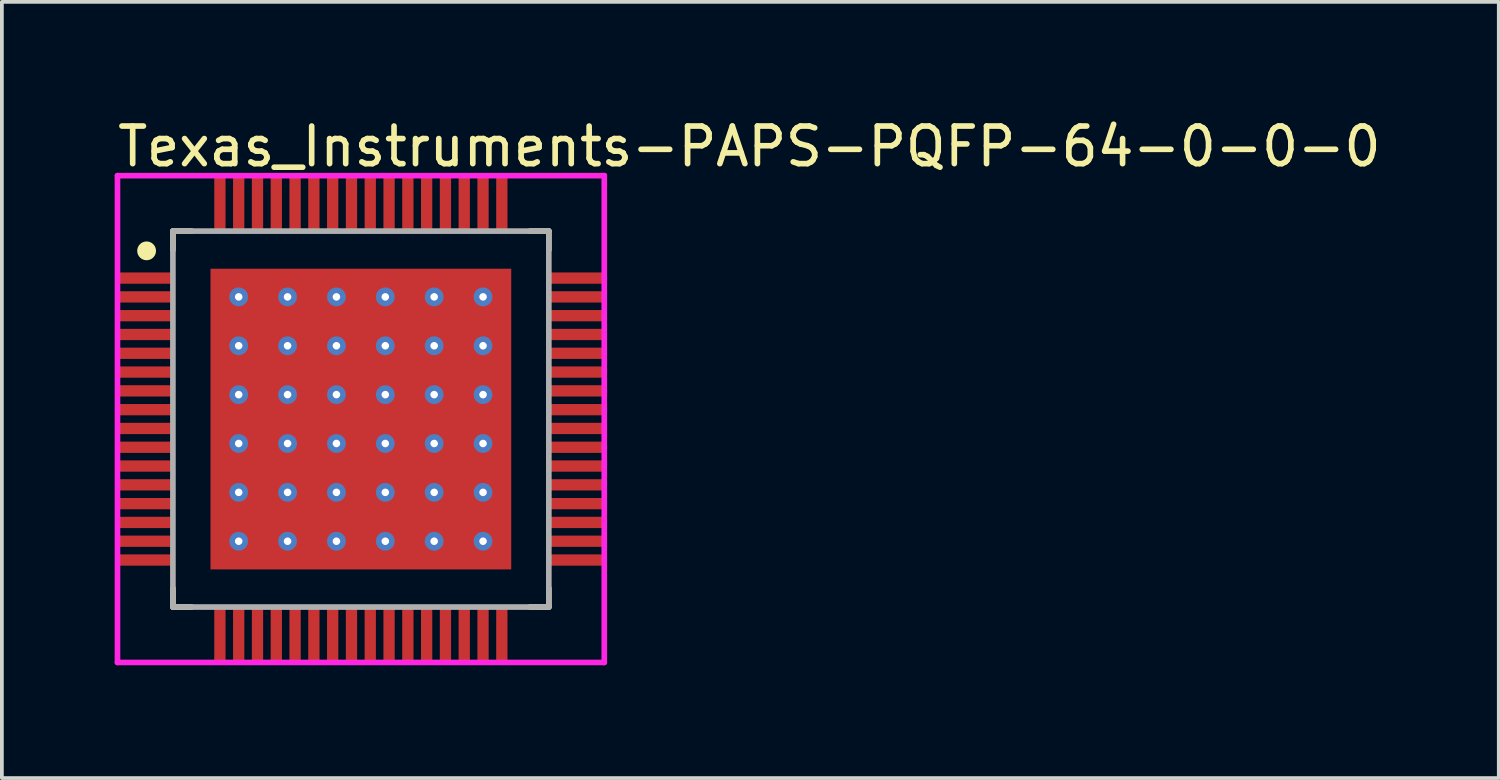
<source format=kicad_pcb>
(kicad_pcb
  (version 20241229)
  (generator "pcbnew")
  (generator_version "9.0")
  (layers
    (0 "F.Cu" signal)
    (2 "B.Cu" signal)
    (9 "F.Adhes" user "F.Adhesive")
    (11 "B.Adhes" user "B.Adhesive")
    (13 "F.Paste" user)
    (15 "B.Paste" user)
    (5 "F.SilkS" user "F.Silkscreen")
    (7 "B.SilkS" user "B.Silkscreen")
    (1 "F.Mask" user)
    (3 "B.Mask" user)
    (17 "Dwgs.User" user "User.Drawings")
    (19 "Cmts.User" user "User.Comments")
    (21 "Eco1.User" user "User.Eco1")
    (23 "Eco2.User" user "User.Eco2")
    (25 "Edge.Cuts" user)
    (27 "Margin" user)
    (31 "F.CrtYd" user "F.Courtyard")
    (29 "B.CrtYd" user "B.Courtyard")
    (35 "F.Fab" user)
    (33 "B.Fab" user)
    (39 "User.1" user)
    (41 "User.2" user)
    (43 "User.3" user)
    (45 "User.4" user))
  (footprint "Texas_Instruments-PAPS-PQFP-64-0-0-0"
    (layer "F.Cu")
    (at 6.55 8.098)
    (property "Reference" "Texas_Instruments-PAPS-PQFP-64-0-0-0" (at -6.55 -7.25 0) (layer "F.SilkS") (effects (font (size 1 1) (thickness 0.15)) (justify left)))
    (attr through_hole)
    (fp_line (start -5 -5) (end -5 -4.5) (stroke (width 0.15) (type solid)) (layer "F.SilkS"))
    (fp_line (start -5 -5) (end -4.5 -5) (stroke (width 0.15) (type solid)) (layer "F.SilkS"))
    (fp_line (start -5 5) (end -5 4.5) (stroke (width 0.15) (type solid)) (layer "F.SilkS"))
    (fp_line (start -5 5) (end -4.5 5) (stroke (width 0.15) (type solid)) (layer "F.SilkS"))
    (fp_line (start 5 -5) (end 4.5 -5) (stroke (width 0.15) (type solid)) (layer "F.SilkS"))
    (fp_line (start 5 -5) (end 5 -4.5) (stroke (width 0.15) (type solid)) (layer "F.SilkS"))
    (fp_line (start 5 5) (end 4.5 5) (stroke (width 0.15) (type solid)) (layer "F.SilkS"))
    (fp_line (start 5 5) (end 5 4.5) (stroke (width 0.15) (type solid)) (layer "F.SilkS"))
    (fp_circle (center -5.7 -4.475) (end -5.575 -4.475) (stroke (width 0.25) (type solid)) (fill no) (layer "F.SilkS"))
    (fp_line (start -6.475 -6.475) (end -6.475 6.475) (stroke (width 0.15) (type solid)) (layer "F.CrtYd"))
    (fp_line (start -6.475 6.475) (end 6.475 6.475) (stroke (width 0.15) (type solid)) (layer "F.CrtYd"))
    (fp_line (start 6.475 -6.475) (end -6.475 -6.475) (stroke (width 0.15) (type solid)) (layer "F.CrtYd"))
    (fp_line (start 6.475 -6.475) (end 6.475 -6.475) (stroke (width 0.15) (type solid)) (layer "F.CrtYd"))
    (fp_line (start 6.475 6.475) (end 6.475 -6.475) (stroke (width 0.15) (type solid)) (layer "F.CrtYd"))
    (fp_line (start -5 -5) (end 5 -5) (stroke (width 0.15) (type solid)) (layer "F.Fab"))
    (fp_line (start -5 5) (end -5 -5) (stroke (width 0.15) (type solid)) (layer "F.Fab"))
    (fp_line (start 5 -5) (end 5 5) (stroke (width 0.15) (type solid)) (layer "F.Fab"))
    (fp_line (start 5 5) (end -5 5) (stroke (width 0.15) (type solid)) (layer "F.Fab"))
    (pad "" smd rect (at 0 0) (size 7.26 7) (layers "F.Mask" "F.Paste"))
    (pad "1" smd rect (at -5.7 -3.75) (size 1.5 0.3) (layers "F.Cu" "F.Mask" "F.Paste"))
    (pad "2" smd rect (at -5.7 -3.25) (size 1.5 0.3) (layers "F.Cu" "F.Mask" "F.Paste"))
    (pad "3" smd rect (at -5.7 -2.75) (size 1.5 0.3) (layers "F.Cu" "F.Mask" "F.Paste"))
    (pad "4" smd rect (at -5.7 -2.25) (size 1.5 0.3) (layers "F.Cu" "F.Mask" "F.Paste"))
    (pad "5" smd rect (at -5.7 -1.75) (size 1.5 0.3) (layers "F.Cu" "F.Mask" "F.Paste"))
    (pad "6" smd rect (at -5.7 -1.25) (size 1.5 0.3) (layers "F.Cu" "F.Mask" "F.Paste"))
    (pad "7" smd rect (at -5.7 -0.75) (size 1.5 0.3) (layers "F.Cu" "F.Mask" "F.Paste"))
    (pad "8" smd rect (at -5.7 -0.25) (size 1.5 0.3) (layers "F.Cu" "F.Mask" "F.Paste"))
    (pad "9" smd rect (at -5.7 0.25) (size 1.5 0.3) (layers "F.Cu" "F.Mask" "F.Paste"))
    (pad "10" smd rect (at -5.7 0.75) (size 1.5 0.3) (layers "F.Cu" "F.Mask" "F.Paste"))
    (pad "11" smd rect (at -5.7 1.25) (size 1.5 0.3) (layers "F.Cu" "F.Mask" "F.Paste"))
    (pad "12" smd rect (at -5.7 1.75) (size 1.5 0.3) (layers "F.Cu" "F.Mask" "F.Paste"))
    (pad "13" smd rect (at -5.7 2.25) (size 1.5 0.3) (layers "F.Cu" "F.Mask" "F.Paste"))
    (pad "14" smd rect (at -5.7 2.75) (size 1.5 0.3) (layers "F.Cu" "F.Mask" "F.Paste"))
    (pad "15" smd rect (at -5.7 3.25) (size 1.5 0.3) (layers "F.Cu" "F.Mask" "F.Paste"))
    (pad "16" smd rect (at -5.7 3.75) (size 1.5 0.3) (layers "F.Cu" "F.Mask" "F.Paste"))
    (pad "17" smd rect (at -3.75 5.7) (size 0.3 1.5) (layers "F.Cu" "F.Mask" "F.Paste"))
    (pad "18" smd rect (at -3.25 5.7) (size 0.3 1.5) (layers "F.Cu" "F.Mask" "F.Paste"))
    (pad "19" smd rect (at -2.75 5.7) (size 0.3 1.5) (layers "F.Cu" "F.Mask" "F.Paste"))
    (pad "20" smd rect (at -2.25 5.7) (size 0.3 1.5) (layers "F.Cu" "F.Mask" "F.Paste"))
    (pad "21" smd rect (at -1.75 5.7) (size 0.3 1.5) (layers "F.Cu" "F.Mask" "F.Paste"))
    (pad "22" smd rect (at -1.25 5.7) (size 0.3 1.5) (layers "F.Cu" "F.Mask" "F.Paste"))
    (pad "23" smd rect (at -0.75 5.7) (size 0.3 1.5) (layers "F.Cu" "F.Mask" "F.Paste"))
    (pad "24" smd rect (at -0.25 5.7) (size 0.3 1.5) (layers "F.Cu" "F.Mask" "F.Paste"))
    (pad "25" smd rect (at 0.25 5.7) (size 0.3 1.5) (layers "F.Cu" "F.Mask" "F.Paste"))
    (pad "26" smd rect (at 0.75 5.7) (size 0.3 1.5) (layers "F.Cu" "F.Mask" "F.Paste"))
    (pad "27" smd rect (at 1.25 5.7) (size 0.3 1.5) (layers "F.Cu" "F.Mask" "F.Paste"))
    (pad "28" smd rect (at 1.75 5.7) (size 0.3 1.5) (layers "F.Cu" "F.Mask" "F.Paste"))
    (pad "29" smd rect (at 2.25 5.7) (size 0.3 1.5) (layers "F.Cu" "F.Mask" "F.Paste"))
    (pad "30" smd rect (at 2.75 5.7) (size 0.3 1.5) (layers "F.Cu" "F.Mask" "F.Paste"))
    (pad "31" smd rect (at 3.25 5.7) (size 0.3 1.5) (layers "F.Cu" "F.Mask" "F.Paste"))
    (pad "32" smd rect (at 3.75 5.7) (size 0.3 1.5) (layers "F.Cu" "F.Mask" "F.Paste"))
    (pad "33" smd rect (at 5.7 3.75) (size 1.5 0.3) (layers "F.Cu" "F.Mask" "F.Paste"))
    (pad "34" smd rect (at 5.7 3.25) (size 1.5 0.3) (layers "F.Cu" "F.Mask" "F.Paste"))
    (pad "35" smd rect (at 5.7 2.75) (size 1.5 0.3) (layers "F.Cu" "F.Mask" "F.Paste"))
    (pad "36" smd rect (at 5.7 2.25) (size 1.5 0.3) (layers "F.Cu" "F.Mask" "F.Paste"))
    (pad "37" smd rect (at 5.7 1.75) (size 1.5 0.3) (layers "F.Cu" "F.Mask" "F.Paste"))
    (pad "38" smd rect (at 5.7 1.25) (size 1.5 0.3) (layers "F.Cu" "F.Mask" "F.Paste"))
    (pad "39" smd rect (at 5.7 0.75) (size 1.5 0.3) (layers "F.Cu" "F.Mask" "F.Paste"))
    (pad "40" smd rect (at 5.7 0.25) (size 1.5 0.3) (layers "F.Cu" "F.Mask" "F.Paste"))
    (pad "41" smd rect (at 5.7 -0.25) (size 1.5 0.3) (layers "F.Cu" "F.Mask" "F.Paste"))
    (pad "42" smd rect (at 5.7 -0.75) (size 1.5 0.3) (layers "F.Cu" "F.Mask" "F.Paste"))
    (pad "43" smd rect (at 5.7 -1.25) (size 1.5 0.3) (layers "F.Cu" "F.Mask" "F.Paste"))
    (pad "44" smd rect (at 5.7 -1.75) (size 1.5 0.3) (layers "F.Cu" "F.Mask" "F.Paste"))
    (pad "45" smd rect (at 5.7 -2.25) (size 1.5 0.3) (layers "F.Cu" "F.Mask" "F.Paste"))
    (pad "46" smd rect (at 5.7 -2.75) (size 1.5 0.3) (layers "F.Cu" "F.Mask" "F.Paste"))
    (pad "47" smd rect (at 5.7 -3.25) (size 1.5 0.3) (layers "F.Cu" "F.Mask" "F.Paste"))
    (pad "48" smd rect (at 5.7 -3.75) (size 1.5 0.3) (layers "F.Cu" "F.Mask" "F.Paste"))
    (pad "49" smd rect (at 3.75 -5.7) (size 0.3 1.5) (layers "F.Cu" "F.Mask" "F.Paste"))
    (pad "50" smd rect (at 3.25 -5.7) (size 0.3 1.5) (layers "F.Cu" "F.Mask" "F.Paste"))
    (pad "51" smd rect (at 2.75 -5.7) (size 0.3 1.5) (layers "F.Cu" "F.Mask" "F.Paste"))
    (pad "52" smd rect (at 2.25 -5.7) (size 0.3 1.5) (layers "F.Cu" "F.Mask" "F.Paste"))
    (pad "53" smd rect (at 1.75 -5.7) (size 0.3 1.5) (layers "F.Cu" "F.Mask" "F.Paste"))
    (pad "54" smd rect (at 1.25 -5.7) (size 0.3 1.5) (layers "F.Cu" "F.Mask" "F.Paste"))
    (pad "55" smd rect (at 0.75 -5.7) (size 0.3 1.5) (layers "F.Cu" "F.Mask" "F.Paste"))
    (pad "56" smd rect (at 0.25 -5.7) (size 0.3 1.5) (layers "F.Cu" "F.Mask" "F.Paste"))
    (pad "57" smd rect (at -0.25 -5.7) (size 0.3 1.5) (layers "F.Cu" "F.Mask" "F.Paste"))
    (pad "58" smd rect (at -0.75 -5.7) (size 0.3 1.5) (layers "F.Cu" "F.Mask" "F.Paste"))
    (pad "59" smd rect (at -1.25 -5.7) (size 0.3 1.5) (layers "F.Cu" "F.Mask" "F.Paste"))
    (pad "60" smd rect (at -1.75 -5.7) (size 0.3 1.5) (layers "F.Cu" "F.Mask" "F.Paste"))
    (pad "61" smd rect (at -2.25 -5.7) (size 0.3 1.5) (layers "F.Cu" "F.Mask" "F.Paste"))
    (pad "62" smd rect (at -2.75 -5.7) (size 0.3 1.5) (layers "F.Cu" "F.Mask" "F.Paste"))
    (pad "63" smd rect (at -3.25 -5.7) (size 0.3 1.5) (layers "F.Cu" "F.Mask" "F.Paste"))
    (pad "64" smd rect (at -3.75 -5.7) (size 0.3 1.5) (layers "F.Cu" "F.Mask" "F.Paste"))
    (pad "65" smd rect (at 0 0) (size 8 8) (layers "F.Cu"))
    (pad "~" thru_hole circle (at -3.25 -3.25) (size 0.5 0.5) (drill 0.2) (layers "*.Cu"))
    (pad "~" thru_hole circle (at -3.25 -1.95) (size 0.5 0.5) (drill 0.2) (layers "*.Cu"))
    (pad "~" thru_hole circle (at -3.25 -0.65) (size 0.5 0.5) (drill 0.2) (layers "*.Cu"))
    (pad "~" thru_hole circle (at -3.25 0.65) (size 0.5 0.5) (drill 0.2) (layers "*.Cu"))
    (pad "~" thru_hole circle (at -3.25 1.95) (size 0.5 0.5) (drill 0.2) (layers "*.Cu"))
    (pad "~" thru_hole circle (at -3.25 3.25) (size 0.5 0.5) (drill 0.2) (layers "*.Cu"))
    (pad "~" thru_hole circle (at -1.95 -3.25) (size 0.5 0.5) (drill 0.2) (layers "*.Cu"))
    (pad "~" thru_hole circle (at -1.95 -1.95) (size 0.5 0.5) (drill 0.2) (layers "*.Cu"))
    (pad "~" thru_hole circle (at -1.95 -0.65) (size 0.5 0.5) (drill 0.2) (layers "*.Cu"))
    (pad "~" thru_hole circle (at -1.95 0.65) (size 0.5 0.5) (drill 0.2) (layers "*.Cu"))
    (pad "~" thru_hole circle (at -1.95 1.95) (size 0.5 0.5) (drill 0.2) (layers "*.Cu"))
    (pad "~" thru_hole circle (at -1.95 3.25) (size 0.5 0.5) (drill 0.2) (layers "*.Cu"))
    (pad "~" thru_hole circle (at -0.65 -3.25) (size 0.5 0.5) (drill 0.2) (layers "*.Cu"))
    (pad "~" thru_hole circle (at -0.65 -1.95) (size 0.5 0.5) (drill 0.2) (layers "*.Cu"))
    (pad "~" thru_hole circle (at -0.65 -0.65) (size 0.5 0.5) (drill 0.2) (layers "*.Cu"))
    (pad "~" thru_hole circle (at -0.65 0.65) (size 0.5 0.5) (drill 0.2) (layers "*.Cu"))
    (pad "~" thru_hole circle (at -0.65 1.95) (size 0.5 0.5) (drill 0.2) (layers "*.Cu"))
    (pad "~" thru_hole circle (at -0.65 3.25) (size 0.5 0.5) (drill 0.2) (layers "*.Cu"))
    (pad "~" thru_hole circle (at 0.65 -3.25) (size 0.5 0.5) (drill 0.2) (layers "*.Cu"))
    (pad "~" thru_hole circle (at 0.65 -1.95) (size 0.5 0.5) (drill 0.2) (layers "*.Cu"))
    (pad "~" thru_hole circle (at 0.65 -0.65) (size 0.5 0.5) (drill 0.2) (layers "*.Cu"))
    (pad "~" thru_hole circle (at 0.65 0.65) (size 0.5 0.5) (drill 0.2) (layers "*.Cu"))
    (pad "~" thru_hole circle (at 0.65 1.95) (size 0.5 0.5) (drill 0.2) (layers "*.Cu"))
    (pad "~" thru_hole circle (at 0.65 3.25) (size 0.5 0.5) (drill 0.2) (layers "*.Cu"))
    (pad "~" thru_hole circle (at 1.95 -3.25) (size 0.5 0.5) (drill 0.2) (layers "*.Cu"))
    (pad "~" thru_hole circle (at 1.95 -1.95) (size 0.5 0.5) (drill 0.2) (layers "*.Cu"))
    (pad "~" thru_hole circle (at 1.95 -0.65) (size 0.5 0.5) (drill 0.2) (layers "*.Cu"))
    (pad "~" thru_hole circle (at 1.95 0.65) (size 0.5 0.5) (drill 0.2) (layers "*.Cu"))
    (pad "~" thru_hole circle (at 1.95 1.95) (size 0.5 0.5) (drill 0.2) (layers "*.Cu"))
    (pad "~" thru_hole circle (at 1.95 3.25) (size 0.5 0.5) (drill 0.2) (layers "*.Cu"))
    (pad "~" thru_hole circle (at 3.25 -3.25) (size 0.5 0.5) (drill 0.2) (layers "*.Cu"))
    (pad "~" thru_hole circle (at 3.25 -1.95) (size 0.5 0.5) (drill 0.2) (layers "*.Cu"))
    (pad "~" thru_hole circle (at 3.25 -0.65) (size 0.5 0.5) (drill 0.2) (layers "*.Cu"))
    (pad "~" thru_hole circle (at 3.25 0.65) (size 0.5 0.5) (drill 0.2) (layers "*.Cu"))
    (pad "~" thru_hole circle (at 3.25 1.95) (size 0.5 0.5) (drill 0.2) (layers "*.Cu"))
    (pad "~" thru_hole circle (at 3.25 3.25) (size 0.5 0.5) (drill 0.2) (layers "*.Cu")))
  (gr_rect
    (start -3 -3)
    (end 36.821 17.648)
    (stroke (width 0.1) (type default))
    (fill no)
    (layer "Edge.Cuts")))
</source>
